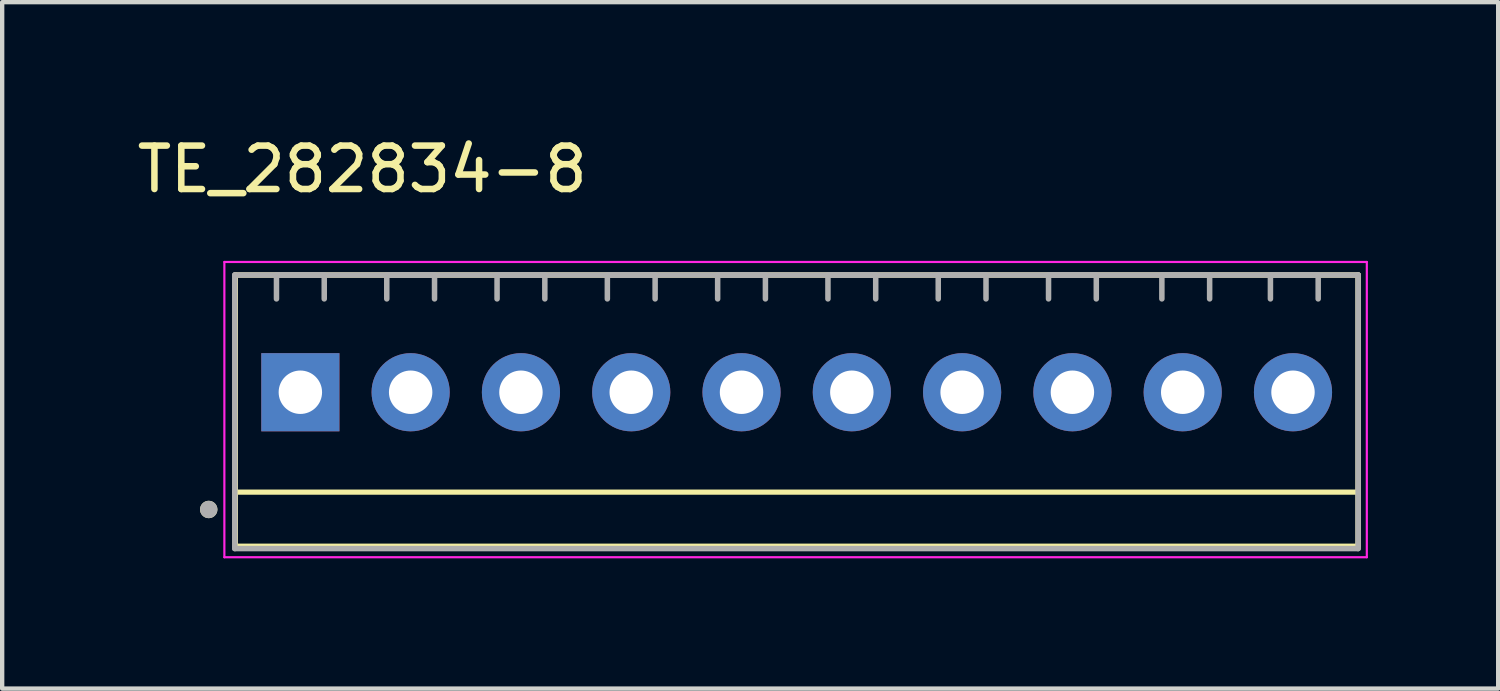
<source format=kicad_pcb>
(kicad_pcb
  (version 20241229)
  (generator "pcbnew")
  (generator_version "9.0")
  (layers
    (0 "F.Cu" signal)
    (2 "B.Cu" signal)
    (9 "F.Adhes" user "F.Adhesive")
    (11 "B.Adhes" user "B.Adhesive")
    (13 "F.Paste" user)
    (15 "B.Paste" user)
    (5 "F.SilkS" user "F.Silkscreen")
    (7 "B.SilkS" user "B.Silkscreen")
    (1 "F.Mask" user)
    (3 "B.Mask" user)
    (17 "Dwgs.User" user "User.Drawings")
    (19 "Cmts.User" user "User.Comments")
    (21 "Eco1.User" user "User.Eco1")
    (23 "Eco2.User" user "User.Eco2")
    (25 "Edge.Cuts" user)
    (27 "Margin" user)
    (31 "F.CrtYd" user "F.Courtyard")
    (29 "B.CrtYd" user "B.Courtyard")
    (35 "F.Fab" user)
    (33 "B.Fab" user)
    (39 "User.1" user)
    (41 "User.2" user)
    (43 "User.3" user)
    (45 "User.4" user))
  (footprint "TE_282834-8"
    (layer "F.Cu")
    (at 12.757 5.983)
    (property "Reference" "TE_282834-8" (at -7.465 -5.135 0) (layer "F.SilkS") (effects (font (size 1 1) (thickness 0.15))))
    (attr through_hole)
    (fp_line (start -10.4 2.3) (end 15.4 2.3) (stroke (width 0.12) (type default)) (layer "F.SilkS"))
    (fp_line (start -10.39 -2.7) (end 15.47 -2.7) (stroke (width 0.127) (type solid)) (layer "F.SilkS"))
    (fp_line (start -10.39 3.55) (end -10.39 -2.7) (stroke (width 0.127) (type solid)) (layer "F.SilkS"))
    (fp_line (start 15.47 -2.7) (end 15.47 3.55) (stroke (width 0.127) (type solid)) (layer "F.SilkS"))
    (fp_line (start 15.47 3.55) (end -10.39 3.55) (stroke (width 0.127) (type solid)) (layer "F.SilkS"))
    (fp_circle (center -11 2.7) (end -10.9 2.7) (stroke (width 0.2) (type solid)) (fill no) (layer "F.SilkS"))
    (fp_line (start -10.64 -3) (end -10.64 3.8) (stroke (width 0.05) (type solid)) (layer "F.CrtYd"))
    (fp_line (start -10.64 3.8) (end 15.67 3.8) (stroke (width 0.05) (type solid)) (layer "F.CrtYd"))
    (fp_line (start 15.67 -3) (end -10.64 -3) (stroke (width 0.05) (type solid)) (layer "F.CrtYd"))
    (fp_line (start 15.67 3.8) (end 15.67 -3) (stroke (width 0.05) (type solid)) (layer "F.CrtYd"))
    (fp_line (start -10.4 -2.7) (end 15.47 -2.7) (stroke (width 0.127) (type solid)) (layer "F.Fab"))
    (fp_line (start -10.4 3.6) (end -10.4 -2.7) (stroke (width 0.127) (type solid)) (layer "F.Fab"))
    (fp_line (start -9.44 -2.7) (end -8.34 -2.7) (stroke (width 0.127) (type solid)) (layer "F.Fab"))
    (fp_line (start -9.44 -2.15) (end -9.44 -2.65) (stroke (width 0.127) (type solid)) (layer "F.Fab"))
    (fp_line (start -8.34 -2.15) (end -8.34 -2.65) (stroke (width 0.127) (type solid)) (layer "F.Fab"))
    (fp_line (start -6.9 -2.7) (end -5.8 -2.7) (stroke (width 0.127) (type solid)) (layer "F.Fab"))
    (fp_line (start -6.9 -2.15) (end -6.9 -2.65) (stroke (width 0.127) (type solid)) (layer "F.Fab"))
    (fp_line (start -5.8 -2.15) (end -5.8 -2.65) (stroke (width 0.127) (type solid)) (layer "F.Fab"))
    (fp_line (start -4.36 -2.7) (end -3.26 -2.7) (stroke (width 0.127) (type solid)) (layer "F.Fab"))
    (fp_line (start -4.36 -2.15) (end -4.36 -2.65) (stroke (width 0.127) (type solid)) (layer "F.Fab"))
    (fp_line (start -3.26 -2.15) (end -3.26 -2.65) (stroke (width 0.127) (type solid)) (layer "F.Fab"))
    (fp_line (start -1.82 -2.7) (end -0.72 -2.7) (stroke (width 0.127) (type solid)) (layer "F.Fab"))
    (fp_line (start -1.82 -2.15) (end -1.82 -2.65) (stroke (width 0.127) (type solid)) (layer "F.Fab"))
    (fp_line (start -0.72 -2.15) (end -0.72 -2.65) (stroke (width 0.127) (type solid)) (layer "F.Fab"))
    (fp_line (start 0.72 -2.7) (end 1.82 -2.7) (stroke (width 0.127) (type solid)) (layer "F.Fab"))
    (fp_line (start 0.72 -2.15) (end 0.72 -2.65) (stroke (width 0.127) (type solid)) (layer "F.Fab"))
    (fp_line (start 1.82 -2.15) (end 1.82 -2.65) (stroke (width 0.127) (type solid)) (layer "F.Fab"))
    (fp_line (start 3.26 -2.7) (end 4.36 -2.7) (stroke (width 0.127) (type solid)) (layer "F.Fab"))
    (fp_line (start 3.26 -2.15) (end 3.26 -2.65) (stroke (width 0.127) (type solid)) (layer "F.Fab"))
    (fp_line (start 4.36 -2.15) (end 4.36 -2.65) (stroke (width 0.127) (type solid)) (layer "F.Fab"))
    (fp_line (start 5.8 -2.7) (end 6.9 -2.7) (stroke (width 0.127) (type solid)) (layer "F.Fab"))
    (fp_line (start 5.8 -2.15) (end 5.8 -2.65) (stroke (width 0.127) (type solid)) (layer "F.Fab"))
    (fp_line (start 6.9 -2.15) (end 6.9 -2.65) (stroke (width 0.127) (type solid)) (layer "F.Fab"))
    (fp_line (start 8.34 -2.7) (end 9.44 -2.7) (stroke (width 0.127) (type solid)) (layer "F.Fab"))
    (fp_line (start 8.34 -2.15) (end 8.34 -2.65) (stroke (width 0.127) (type solid)) (layer "F.Fab"))
    (fp_line (start 9.44 -2.15) (end 9.44 -2.65) (stroke (width 0.127) (type solid)) (layer "F.Fab"))
    (fp_line (start 10.95 -2.7) (end 12.05 -2.7) (stroke (width 0.127) (type solid)) (layer "F.Fab"))
    (fp_line (start 10.95 -2.15) (end 10.95 -2.65) (stroke (width 0.127) (type solid)) (layer "F.Fab"))
    (fp_line (start 12.05 -2.15) (end 12.05 -2.65) (stroke (width 0.127) (type solid)) (layer "F.Fab"))
    (fp_line (start 13.45 -2.7) (end 14.55 -2.7) (stroke (width 0.127) (type solid)) (layer "F.Fab"))
    (fp_line (start 13.45 -2.15) (end 13.45 -2.65) (stroke (width 0.127) (type solid)) (layer "F.Fab"))
    (fp_line (start 14.55 -2.15) (end 14.55 -2.65) (stroke (width 0.127) (type solid)) (layer "F.Fab"))
    (fp_line (start 15.47 -2.7) (end 15.47 3.6) (stroke (width 0.127) (type solid)) (layer "F.Fab"))
    (fp_line (start 15.47 3.6) (end -10.4 3.6) (stroke (width 0.127) (type solid)) (layer "F.Fab"))
    (fp_circle (center -11 2.7) (end -10.9 2.7) (stroke (width 0.2) (type solid)) (fill no) (layer "F.Fab"))
    (pad "1" thru_hole rect (at -8.89 0) (size 1.8 1.8) (drill 1) (layers "*.Cu" "*.Mask"))
    (pad "2" thru_hole circle (at -6.35 0) (size 1.8 1.8) (drill 1) (layers "*.Cu" "*.Mask"))
    (pad "3" thru_hole circle (at -3.81 0) (size 1.8 1.8) (drill 1) (layers "*.Cu" "*.Mask"))
    (pad "4" thru_hole circle (at -1.27 0) (size 1.8 1.8) (drill 1) (layers "*.Cu" "*.Mask"))
    (pad "5" thru_hole circle (at 1.27 0) (size 1.8 1.8) (drill 1) (layers "*.Cu" "*.Mask"))
    (pad "6" thru_hole circle (at 3.81 0) (size 1.8 1.8) (drill 1) (layers "*.Cu" "*.Mask"))
    (pad "7" thru_hole circle (at 6.35 0) (size 1.8 1.8) (drill 1) (layers "*.Cu" "*.Mask"))
    (pad "8" thru_hole circle (at 8.89 0) (size 1.8 1.8) (drill 1) (layers "*.Cu" "*.Mask"))
    (pad "9" thru_hole circle (at 11.43 0) (size 1.8 1.8) (drill 1) (layers "*.Cu" "*.Mask"))
    (pad "10" thru_hole circle (at 13.97 0) (size 1.8 1.8) (drill 1) (layers "*.Cu" "*.Mask")))
  (gr_rect
    (start -3 -3)
    (end 31.452 12.808)
    (stroke (width 0.1) (type default))
    (fill no)
    (layer "Edge.Cuts")))
</source>
